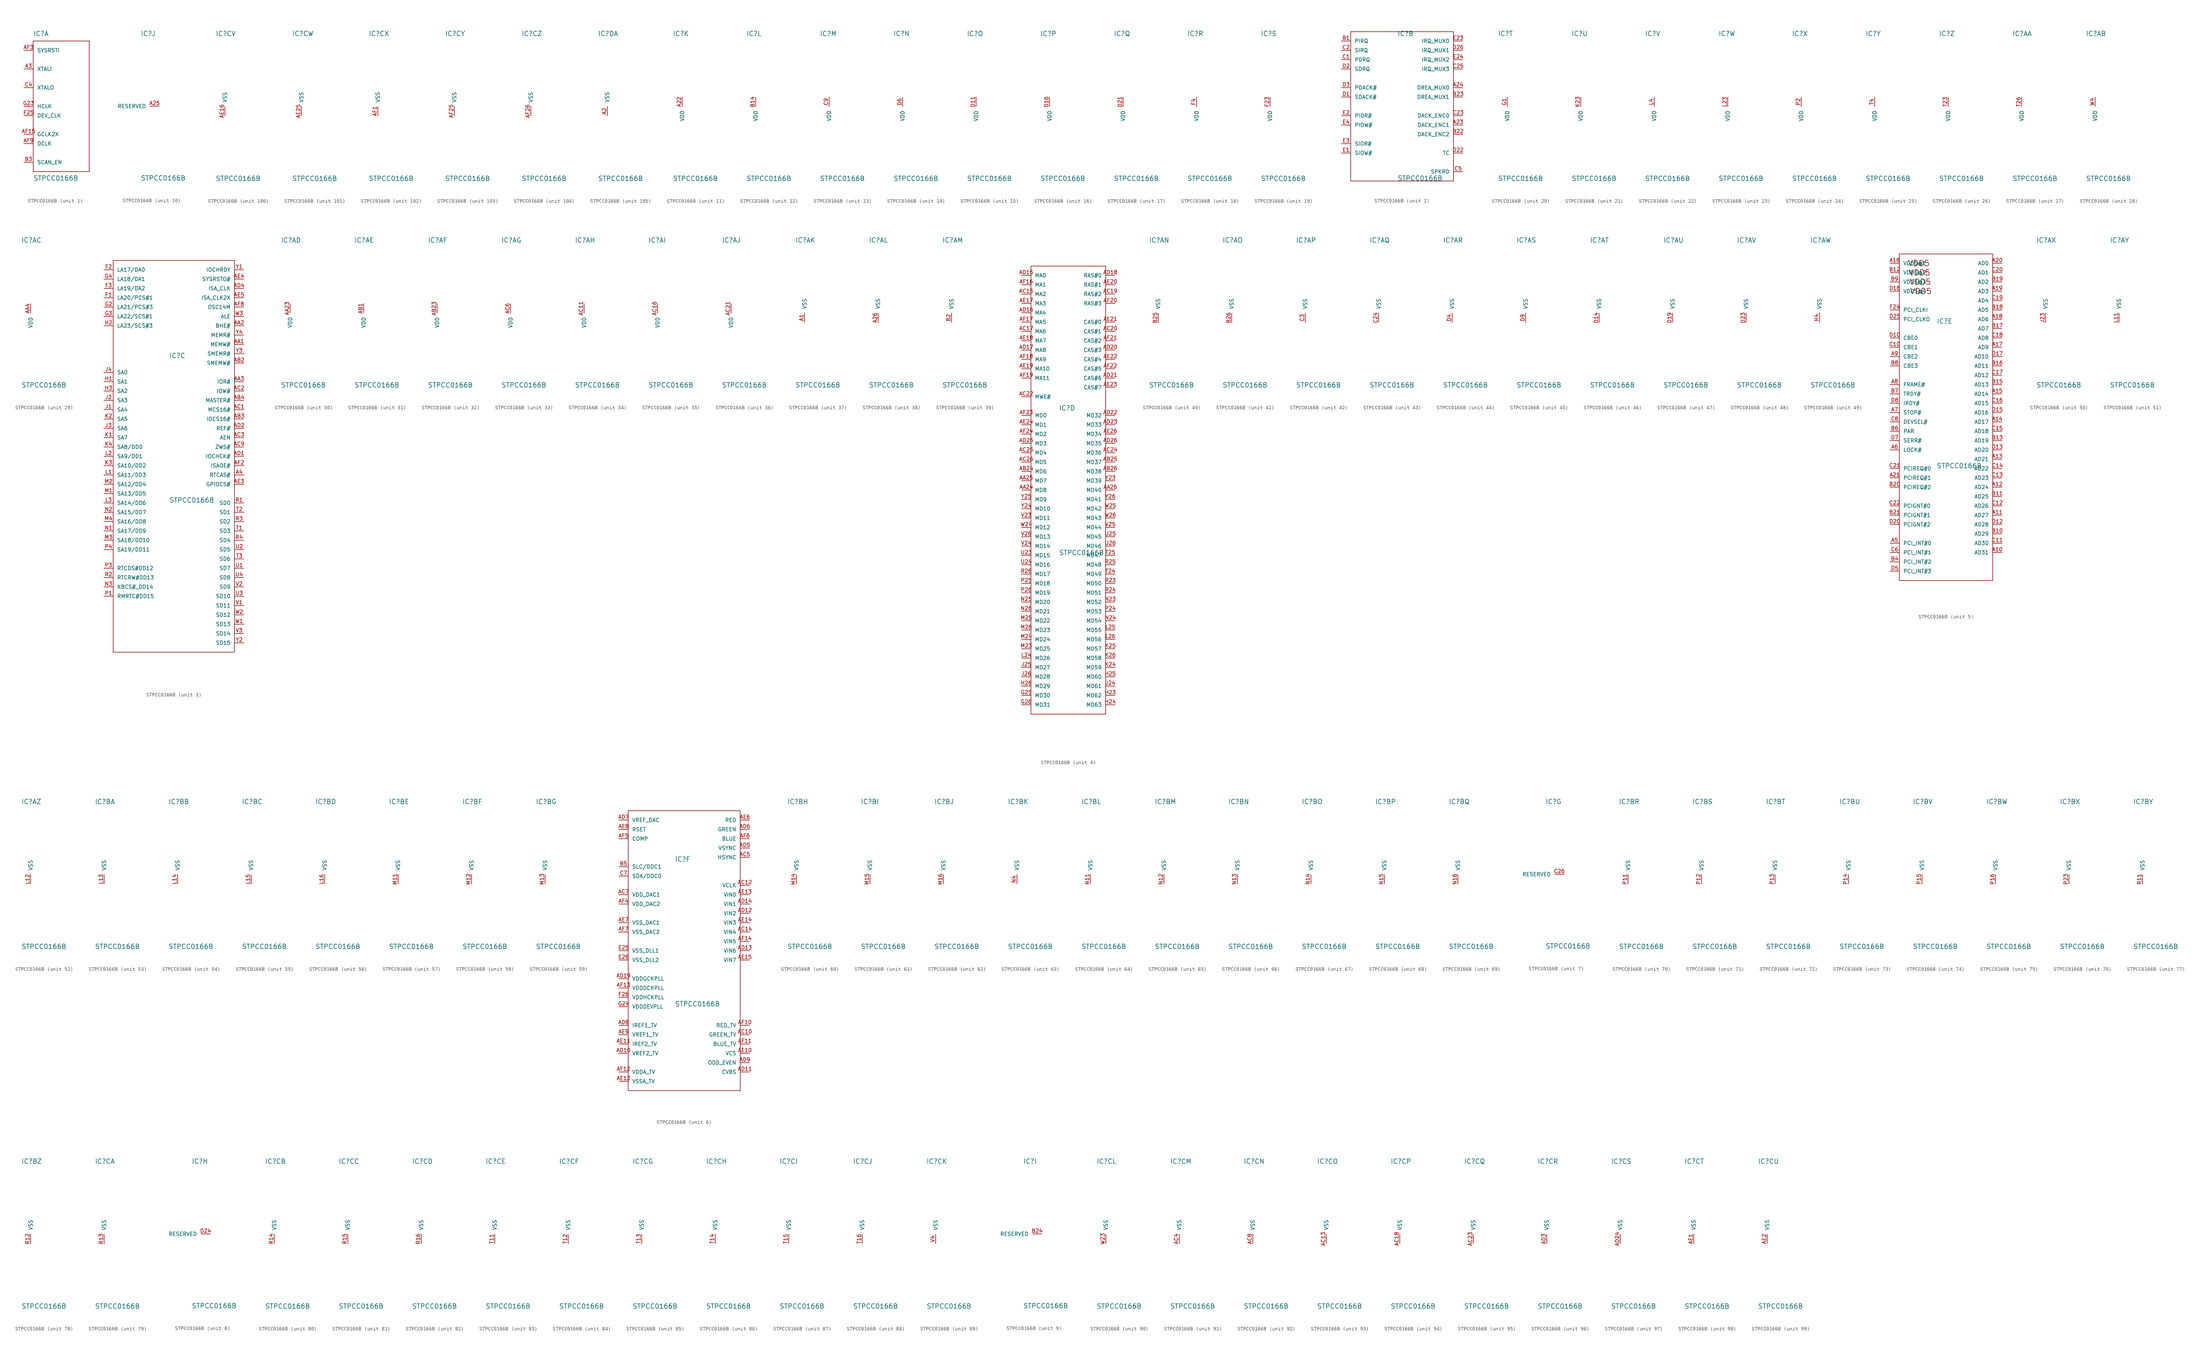
<source format=kicad_sym>
(kicad_symbol_lib
  (version 20211014)
  (generator kicad_symbol_editor)
  (symbol "STPCC0166B"
    (pin_names
      (offset 1.016))
    (property "Reference" "IC"
      (at -2.54 19.05 0)
      (effects (font (size 1.27 1.27)) (justify left bottom)))
    (property "Value" "STPCC0166B"
      (at -2.54 -20.32 0)
      (effects (font (size 1.27 1.27)) (justify left bottom)))
    (property "ki_locked" ""
      (at 0 0 0)
      (effects (font (size 1.27 1.27))))
    (symbol "STPCC0166B_1_0"
      (polyline (pts (xy -2.54 -17.78) (xy 12.7 -17.78)) (stroke (width 0) (type default) (color 0 0 0 0)) (fill (type none)))
      (polyline (pts (xy -2.54 17.78) (xy -2.54 -17.78)) (stroke (width 0) (type default) (color 0 0 0 0)) (fill (type none)))
      (polyline (pts (xy 12.7 -17.78) (xy 12.7 17.78)) (stroke (width 0) (type default) (color 0 0 0 0)) (fill (type none)))
      (polyline (pts (xy 12.7 17.78) (xy -2.54 17.78)) (stroke (width 0) (type default) (color 0 0 0 0)) (fill (type none))))
    (symbol "STPCC0166B_1_1"
      (pin input line (at -5.08 10.16 0) (length 2.54) (name "XTALI" (effects (font (size 1.016 1.016)))) (number "A3" (effects (font (size 1.016 1.016)))))
      (pin bidirectional line (at -5.08 -7.62 0) (length 2.54) (name "GCLK2X" (effects (font (size 1.016 1.016)))) (number "AF15" (effects (font (size 1.016 1.016)))))
      (pin input line (at -5.08 15.24 0) (length 2.54) (name "SYSRSTI" (effects (font (size 1.016 1.016)))) (number "AF3" (effects (font (size 1.016 1.016)))))
      (pin bidirectional line (at -5.08 -10.16 0) (length 2.54) (name "DCLK" (effects (font (size 1.016 1.016)))) (number "AF9" (effects (font (size 1.016 1.016)))))
      (pin input line (at -5.08 -15.24 0) (length 2.54) (name "SCAN_EN" (effects (font (size 1.016 1.016)))) (number "B3" (effects (font (size 1.016 1.016)))))
      (pin bidirectional line (at -5.08 5.08 0) (length 2.54) (name "XTALO" (effects (font (size 1.016 1.016)))) (number "C4" (effects (font (size 1.016 1.016)))))
      (pin output line (at -5.08 -2.54 0) (length 2.54) (name "DEV_CLK" (effects (font (size 1.016 1.016)))) (number "F25" (effects (font (size 1.016 1.016)))))
      (pin output line (at -5.08 0 0) (length 2.54) (name "HCLK" (effects (font (size 1.016 1.016)))) (number "G23" (effects (font (size 1.016 1.016))))))
    (symbol "STPCC0166B_2_0"
      (polyline (pts (xy -15.24 -20.32) (xy 12.7 -20.32)) (stroke (width 0) (type default) (color 0 0 0 0)) (fill (type none)))
      (polyline (pts (xy -15.24 20.32) (xy -15.24 -20.32)) (stroke (width 0) (type default) (color 0 0 0 0)) (fill (type none)))
      (polyline (pts (xy 12.7 -20.32) (xy 12.7 20.32)) (stroke (width 0) (type default) (color 0 0 0 0)) (fill (type none)))
      (polyline (pts (xy 12.7 20.32) (xy -15.24 20.32)) (stroke (width 0) (type default) (color 0 0 0 0)) (fill (type none))))
    (symbol "STPCC0166B_2_1"
      (pin output line (at 15.24 -5.08 180) (length 2.54) (name "DACK_ENC1" (effects (font (size 1.016 1.016)))) (number "A23" (effects (font (size 1.016 1.016)))))
      (pin input line (at 15.24 5.08 180) (length 2.54) (name "DREA_MUX0" (effects (font (size 1.016 1.016)))) (number "A24" (effects (font (size 1.016 1.016)))))
      (pin input line (at -17.78 17.78 0) (length 2.54) (name "PIRQ" (effects (font (size 1.016 1.016)))) (number "B1" (effects (font (size 1.016 1.016)))))
      (pin output line (at 15.24 -7.62 180) (length 2.54) (name "DACK_ENC2" (effects (font (size 1.016 1.016)))) (number "B22" (effects (font (size 1.016 1.016)))))
      (pin input line (at 15.24 2.54 180) (length 2.54) (name "DREA_MUX1" (effects (font (size 1.016 1.016)))) (number "B23" (effects (font (size 1.016 1.016)))))
      (pin input line (at -17.78 12.7 0) (length 2.54) (name "PDRQ" (effects (font (size 1.016 1.016)))) (number "C1" (effects (font (size 1.016 1.016)))))
      (pin input line (at -17.78 15.24 0) (length 2.54) (name "SIRQ" (effects (font (size 1.016 1.016)))) (number "C2" (effects (font (size 1.016 1.016)))))
      (pin output line (at 15.24 -2.54 180) (length 2.54) (name "DACK_ENC0" (effects (font (size 1.016 1.016)))) (number "C23" (effects (font (size 1.016 1.016)))))
      (pin input line (at 15.24 10.16 180) (length 2.54) (name "IRQ_MUX3" (effects (font (size 1.016 1.016)))) (number "C25" (effects (font (size 1.016 1.016)))))
      (pin output line (at 15.24 -17.78 180) (length 2.54) (name "SPKRD" (effects (font (size 1.016 1.016)))) (number "C5" (effects (font (size 1.016 1.016)))))
      (pin output line (at -17.78 2.54 0) (length 2.54) (name "SDACK#" (effects (font (size 1.016 1.016)))) (number "D1" (effects (font (size 1.016 1.016)))))
      (pin input line (at -17.78 10.16 0) (length 2.54) (name "SDRQ" (effects (font (size 1.016 1.016)))) (number "D2" (effects (font (size 1.016 1.016)))))
      (pin output line (at 15.24 -12.7 180) (length 2.54) (name "TC" (effects (font (size 1.016 1.016)))) (number "D22" (effects (font (size 1.016 1.016)))))
      (pin input line (at 15.24 15.24 180) (length 2.54) (name "IRQ_MUX1" (effects (font (size 1.016 1.016)))) (number "D26" (effects (font (size 1.016 1.016)))))
      (pin output line (at -17.78 5.08 0) (length 2.54) (name "PDACK#" (effects (font (size 1.016 1.016)))) (number "D3" (effects (font (size 1.016 1.016)))))
      (pin output line (at -17.78 -12.7 0) (length 2.54) (name "SIOW#" (effects (font (size 1.016 1.016)))) (number "E1" (effects (font (size 1.016 1.016)))))
      (pin bidirectional line (at -17.78 -2.54 0) (length 2.54) (name "PIOR#" (effects (font (size 1.016 1.016)))) (number "E2" (effects (font (size 1.016 1.016)))))
      (pin input line (at 15.24 17.78 180) (length 2.54) (name "IRQ_MUX0" (effects (font (size 1.016 1.016)))) (number "E23" (effects (font (size 1.016 1.016)))))
      (pin input line (at 15.24 12.7 180) (length 2.54) (name "IRQ_MUX2" (effects (font (size 1.016 1.016)))) (number "E24" (effects (font (size 1.016 1.016)))))
      (pin bidirectional line (at -17.78 -10.16 0) (length 2.54) (name "SIOR#" (effects (font (size 1.016 1.016)))) (number "E3" (effects (font (size 1.016 1.016)))))
      (pin output line (at -17.78 -5.08 0) (length 2.54) (name "PIOW#" (effects (font (size 1.016 1.016)))) (number "E4" (effects (font (size 1.016 1.016))))))
    (symbol "STPCC0166B_3_0"
      (polyline (pts (xy -17.78 -60.96) (xy 15.24 -60.96)) (stroke (width 0) (type default) (color 0 0 0 0)) (fill (type none)))
      (polyline (pts (xy -17.78 45.72) (xy -17.78 -60.96)) (stroke (width 0) (type default) (color 0 0 0 0)) (fill (type none)))
      (polyline (pts (xy 15.24 -60.96) (xy 15.24 45.72)) (stroke (width 0) (type default) (color 0 0 0 0)) (fill (type none)))
      (polyline (pts (xy 15.24 45.72) (xy -17.78 45.72)) (stroke (width 0) (type default) (color 0 0 0 0)) (fill (type none))))
    (symbol "STPCC0166B_3_1"
      (pin output line (at 17.78 -12.7 180) (length 2.54) (name "RTCAS#" (effects (font (size 1.016 1.016)))) (number "A4" (effects (font (size 1.016 1.016)))))
      (pin bidirectional line (at 17.78 22.86 180) (length 2.54) (name "MEMW#" (effects (font (size 1.016 1.016)))) (number "AA1" (effects (font (size 1.016 1.016)))))
      (pin bidirectional line (at 17.78 27.94 180) (length 2.54) (name "BHE#" (effects (font (size 1.016 1.016)))) (number "AA2" (effects (font (size 1.016 1.016)))))
      (pin bidirectional line (at 17.78 12.7 180) (length 2.54) (name "IOR#" (effects (font (size 1.016 1.016)))) (number "AA3" (effects (font (size 1.016 1.016)))))
      (pin output line (at 17.78 17.78 180) (length 2.54) (name "SMEMW#" (effects (font (size 1.016 1.016)))) (number "AB2" (effects (font (size 1.016 1.016)))))
      (pin input line (at 17.78 2.54 180) (length 2.54) (name "IOCS16#" (effects (font (size 1.016 1.016)))) (number "AB3" (effects (font (size 1.016 1.016)))))
      (pin input line (at 17.78 7.62 180) (length 2.54) (name "MASTER#" (effects (font (size 1.016 1.016)))) (number "AB4" (effects (font (size 1.016 1.016)))))
      (pin input line (at 17.78 5.08 180) (length 2.54) (name "MCS16#" (effects (font (size 1.016 1.016)))) (number "AC1" (effects (font (size 1.016 1.016)))))
      (pin bidirectional line (at 17.78 10.16 180) (length 2.54) (name "IOW#" (effects (font (size 1.016 1.016)))) (number "AC2" (effects (font (size 1.016 1.016)))))
      (pin output line (at 17.78 -2.54 180) (length 2.54) (name "AEN" (effects (font (size 1.016 1.016)))) (number "AC3" (effects (font (size 1.016 1.016)))))
      (pin input line (at 17.78 -5.08 180) (length 2.54) (name "ZWS#" (effects (font (size 1.016 1.016)))) (number "AC9" (effects (font (size 1.016 1.016)))))
      (pin input line (at 17.78 -7.62 180) (length 2.54) (name "IOCHCK#" (effects (font (size 1.016 1.016)))) (number "AD1" (effects (font (size 1.016 1.016)))))
      (pin output line (at 17.78 0 180) (length 2.54) (name "REF#" (effects (font (size 1.016 1.016)))) (number "AD2" (effects (font (size 1.016 1.016)))))
      (pin output line (at 17.78 38.1 180) (length 2.54) (name "ISA_CLK" (effects (font (size 1.016 1.016)))) (number "AD4" (effects (font (size 1.016 1.016)))))
      (pin bidirectional line (at 17.78 -15.24 180) (length 2.54) (name "GPIOCS#" (effects (font (size 1.016 1.016)))) (number "AE3" (effects (font (size 1.016 1.016)))))
      (pin output line (at 17.78 40.64 180) (length 2.54) (name "SYSRSTO#" (effects (font (size 1.016 1.016)))) (number "AE4" (effects (font (size 1.016 1.016)))))
      (pin output line (at 17.78 35.56 180) (length 2.54) (name "ISA_CLK2X" (effects (font (size 1.016 1.016)))) (number "AE5" (effects (font (size 1.016 1.016)))))
      (pin output line (at 17.78 -10.16 180) (length 2.54) (name "ISAOE#" (effects (font (size 1.016 1.016)))) (number "AF2" (effects (font (size 1.016 1.016)))))
      (pin output line (at 17.78 33.02 180) (length 2.54) (name "OSC14M" (effects (font (size 1.016 1.016)))) (number "AF8" (effects (font (size 1.016 1.016)))))
      (pin bidirectional line (at -20.32 35.56 0) (length 2.54) (name "LA20/PCS#1" (effects (font (size 1.016 1.016)))) (number "F1" (effects (font (size 1.016 1.016)))))
      (pin output line (at -20.32 43.18 0) (length 2.54) (name "LA17/DA0" (effects (font (size 1.016 1.016)))) (number "F2" (effects (font (size 1.016 1.016)))))
      (pin output line (at -20.32 38.1 0) (length 2.54) (name "LA19/DA2" (effects (font (size 1.016 1.016)))) (number "F3" (effects (font (size 1.016 1.016)))))
      (pin bidirectional line (at -20.32 33.02 0) (length 2.54) (name "LA21/PCS#3" (effects (font (size 1.016 1.016)))) (number "G2" (effects (font (size 1.016 1.016)))))
      (pin bidirectional line (at -20.32 30.48 0) (length 2.54) (name "LA22/SCS#1" (effects (font (size 1.016 1.016)))) (number "G3" (effects (font (size 1.016 1.016)))))
      (pin output line (at -20.32 40.64 0) (length 2.54) (name "LA18/DA1" (effects (font (size 1.016 1.016)))) (number "G4" (effects (font (size 1.016 1.016)))))
      (pin bidirectional line (at -20.32 12.7 0) (length 2.54) (name "SA1" (effects (font (size 1.016 1.016)))) (number "H1" (effects (font (size 1.016 1.016)))))
      (pin bidirectional line (at -20.32 27.94 0) (length 2.54) (name "LA23/SCS#3" (effects (font (size 1.016 1.016)))) (number "H2" (effects (font (size 1.016 1.016)))))
      (pin bidirectional line (at -20.32 10.16 0) (length 2.54) (name "SA2" (effects (font (size 1.016 1.016)))) (number "H3" (effects (font (size 1.016 1.016)))))
      (pin bidirectional line (at -20.32 5.08 0) (length 2.54) (name "SA4" (effects (font (size 1.016 1.016)))) (number "J1" (effects (font (size 1.016 1.016)))))
      (pin bidirectional line (at -20.32 7.62 0) (length 2.54) (name "SA3" (effects (font (size 1.016 1.016)))) (number "J2" (effects (font (size 1.016 1.016)))))
      (pin bidirectional line (at -20.32 0 0) (length 2.54) (name "SA6" (effects (font (size 1.016 1.016)))) (number "J3" (effects (font (size 1.016 1.016)))))
      (pin bidirectional line (at -20.32 15.24 0) (length 2.54) (name "SA0" (effects (font (size 1.016 1.016)))) (number "J4" (effects (font (size 1.016 1.016)))))
      (pin bidirectional line (at -20.32 -2.54 0) (length 2.54) (name "SA7" (effects (font (size 1.016 1.016)))) (number "K1" (effects (font (size 1.016 1.016)))))
      (pin bidirectional line (at -20.32 2.54 0) (length 2.54) (name "SA5" (effects (font (size 1.016 1.016)))) (number "K2" (effects (font (size 1.016 1.016)))))
      (pin bidirectional line (at -20.32 -10.16 0) (length 2.54) (name "SA10/DD2" (effects (font (size 1.016 1.016)))) (number "K3" (effects (font (size 1.016 1.016)))))
      (pin bidirectional line (at -20.32 -5.08 0) (length 2.54) (name "SA8/DD0" (effects (font (size 1.016 1.016)))) (number "K4" (effects (font (size 1.016 1.016)))))
      (pin bidirectional line (at -20.32 -12.7 0) (length 2.54) (name "SA11/DD3" (effects (font (size 1.016 1.016)))) (number "L1" (effects (font (size 1.016 1.016)))))
      (pin bidirectional line (at -20.32 -7.62 0) (length 2.54) (name "SA9/DD1" (effects (font (size 1.016 1.016)))) (number "L2" (effects (font (size 1.016 1.016)))))
      (pin bidirectional line (at -20.32 -20.32 0) (length 2.54) (name "SA14/DD6" (effects (font (size 1.016 1.016)))) (number "L3" (effects (font (size 1.016 1.016)))))
      (pin bidirectional line (at -20.32 -17.78 0) (length 2.54) (name "SA13/DD5" (effects (font (size 1.016 1.016)))) (number "M1" (effects (font (size 1.016 1.016)))))
      (pin bidirectional line (at -20.32 -15.24 0) (length 2.54) (name "SA12/DD4" (effects (font (size 1.016 1.016)))) (number "M2" (effects (font (size 1.016 1.016)))))
      (pin bidirectional line (at -20.32 -30.48 0) (length 2.54) (name "SA18/DD10" (effects (font (size 1.016 1.016)))) (number "M3" (effects (font (size 1.016 1.016)))))
      (pin bidirectional line (at -20.32 -25.4 0) (length 2.54) (name "SA16/DD8" (effects (font (size 1.016 1.016)))) (number "M4" (effects (font (size 1.016 1.016)))))
      (pin bidirectional line (at -20.32 -27.94 0) (length 2.54) (name "SA17/DD9" (effects (font (size 1.016 1.016)))) (number "N1" (effects (font (size 1.016 1.016)))))
      (pin bidirectional line (at -20.32 -22.86 0) (length 2.54) (name "SA15/DD7" (effects (font (size 1.016 1.016)))) (number "N2" (effects (font (size 1.016 1.016)))))
      (pin bidirectional line (at -20.32 -43.18 0) (length 2.54) (name "KBCS#_DD14" (effects (font (size 1.016 1.016)))) (number "N3" (effects (font (size 1.016 1.016)))))
      (pin bidirectional line (at -20.32 -45.72 0) (length 2.54) (name "RMRTC#DD15" (effects (font (size 1.016 1.016)))) (number "P1" (effects (font (size 1.016 1.016)))))
      (pin bidirectional line (at -20.32 -38.1 0) (length 2.54) (name "RTCDS#DD12" (effects (font (size 1.016 1.016)))) (number "P3" (effects (font (size 1.016 1.016)))))
      (pin bidirectional line (at -20.32 -33.02 0) (length 2.54) (name "SA19/DD11" (effects (font (size 1.016 1.016)))) (number "P4" (effects (font (size 1.016 1.016)))))
      (pin bidirectional line (at 17.78 -20.32 180) (length 2.54) (name "SD0" (effects (font (size 1.016 1.016)))) (number "R1" (effects (font (size 1.016 1.016)))))
      (pin bidirectional line (at -20.32 -40.64 0) (length 2.54) (name "RTCRW#DD13" (effects (font (size 1.016 1.016)))) (number "R2" (effects (font (size 1.016 1.016)))))
      (pin bidirectional line (at 17.78 -25.4 180) (length 2.54) (name "SD2" (effects (font (size 1.016 1.016)))) (number "R3" (effects (font (size 1.016 1.016)))))
      (pin bidirectional line (at 17.78 -30.48 180) (length 2.54) (name "SD4" (effects (font (size 1.016 1.016)))) (number "R4" (effects (font (size 1.016 1.016)))))
      (pin bidirectional line (at 17.78 -27.94 180) (length 2.54) (name "SD3" (effects (font (size 1.016 1.016)))) (number "T1" (effects (font (size 1.016 1.016)))))
      (pin bidirectional line (at 17.78 -22.86 180) (length 2.54) (name "SD1" (effects (font (size 1.016 1.016)))) (number "T2" (effects (font (size 1.016 1.016)))))
      (pin bidirectional line (at 17.78 -35.56 180) (length 2.54) (name "SD6" (effects (font (size 1.016 1.016)))) (number "T3" (effects (font (size 1.016 1.016)))))
      (pin bidirectional line (at 17.78 -38.1 180) (length 2.54) (name "SD7" (effects (font (size 1.016 1.016)))) (number "U1" (effects (font (size 1.016 1.016)))))
      (pin bidirectional line (at 17.78 -33.02 180) (length 2.54) (name "SD5" (effects (font (size 1.016 1.016)))) (number "U2" (effects (font (size 1.016 1.016)))))
      (pin bidirectional line (at 17.78 -45.72 180) (length 2.54) (name "SD10" (effects (font (size 1.016 1.016)))) (number "U3" (effects (font (size 1.016 1.016)))))
      (pin bidirectional line (at 17.78 -40.64 180) (length 2.54) (name "SD8" (effects (font (size 1.016 1.016)))) (number "U4" (effects (font (size 1.016 1.016)))))
      (pin bidirectional line (at 17.78 -48.26 180) (length 2.54) (name "SD11" (effects (font (size 1.016 1.016)))) (number "V1" (effects (font (size 1.016 1.016)))))
      (pin bidirectional line (at 17.78 -43.18 180) (length 2.54) (name "SD9" (effects (font (size 1.016 1.016)))) (number "V2" (effects (font (size 1.016 1.016)))))
      (pin bidirectional line (at 17.78 -55.88 180) (length 2.54) (name "SD14" (effects (font (size 1.016 1.016)))) (number "V3" (effects (font (size 1.016 1.016)))))
      (pin bidirectional line (at 17.78 -53.34 180) (length 2.54) (name "SD13" (effects (font (size 1.016 1.016)))) (number "W1" (effects (font (size 1.016 1.016)))))
      (pin bidirectional line (at 17.78 -50.8 180) (length 2.54) (name "SD12" (effects (font (size 1.016 1.016)))) (number "W2" (effects (font (size 1.016 1.016)))))
      (pin output line (at 17.78 30.48 180) (length 2.54) (name "ALE" (effects (font (size 1.016 1.016)))) (number "W3" (effects (font (size 1.016 1.016)))))
      (pin bidirectional line (at 17.78 43.18 180) (length 2.54) (name "IOCHRDY" (effects (font (size 1.016 1.016)))) (number "Y1" (effects (font (size 1.016 1.016)))))
      (pin bidirectional line (at 17.78 -58.42 180) (length 2.54) (name "SD15" (effects (font (size 1.016 1.016)))) (number "Y2" (effects (font (size 1.016 1.016)))))
      (pin output line (at 17.78 20.32 180) (length 2.54) (name "SMEMR#" (effects (font (size 1.016 1.016)))) (number "Y3" (effects (font (size 1.016 1.016)))))
      (pin bidirectional line (at 17.78 25.4 180) (length 2.54) (name "MEMR#" (effects (font (size 1.016 1.016)))) (number "Y4" (effects (font (size 1.016 1.016))))))
    (symbol "STPCC0166B_4_0"
      (polyline (pts (xy -10.16 -63.5) (xy 10.16 -63.5)) (stroke (width 0) (type default) (color 0 0 0 0)) (fill (type none)))
      (polyline (pts (xy -10.16 58.42) (xy -10.16 -63.5)) (stroke (width 0) (type default) (color 0 0 0 0)) (fill (type none)))
      (polyline (pts (xy 10.16 -63.5) (xy 10.16 58.42)) (stroke (width 0) (type default) (color 0 0 0 0)) (fill (type none)))
      (polyline (pts (xy 10.16 58.42) (xy -10.16 58.42)) (stroke (width 0) (type default) (color 0 0 0 0)) (fill (type none))))
    (symbol "STPCC0166B_4_1"
      (pin bidirectional line (at -12.7 -2.54 0) (length 2.54) (name "MD8" (effects (font (size 1.016 1.016)))) (number "AA24" (effects (font (size 1.016 1.016)))))
      (pin bidirectional line (at -12.7 0 0) (length 2.54) (name "MD7" (effects (font (size 1.016 1.016)))) (number "AA25" (effects (font (size 1.016 1.016)))))
      (pin bidirectional line (at 12.7 -2.54 180) (length 2.54) (name "MD40" (effects (font (size 1.016 1.016)))) (number "AA26" (effects (font (size 1.016 1.016)))))
      (pin bidirectional line (at -12.7 2.54 0) (length 2.54) (name "MD6" (effects (font (size 1.016 1.016)))) (number "AB24" (effects (font (size 1.016 1.016)))))
      (pin bidirectional line (at 12.7 5.08 180) (length 2.54) (name "MD37" (effects (font (size 1.016 1.016)))) (number "AB25" (effects (font (size 1.016 1.016)))))
      (pin bidirectional line (at 12.7 2.54 180) (length 2.54) (name "MD38" (effects (font (size 1.016 1.016)))) (number "AB26" (effects (font (size 1.016 1.016)))))
      (pin bidirectional line (at -12.7 50.8 0) (length 2.54) (name "MA2" (effects (font (size 1.016 1.016)))) (number "AC15" (effects (font (size 1.016 1.016)))))
      (pin bidirectional line (at -12.7 40.64 0) (length 2.54) (name "MA6" (effects (font (size 1.016 1.016)))) (number "AC17" (effects (font (size 1.016 1.016)))))
      (pin output line (at 12.7 50.8 180) (length 2.54) (name "RAS#2" (effects (font (size 1.016 1.016)))) (number "AC19" (effects (font (size 1.016 1.016)))))
      (pin output line (at 12.7 40.64 180) (length 2.54) (name "CAS#1" (effects (font (size 1.016 1.016)))) (number "AC20" (effects (font (size 1.016 1.016)))))
      (pin bidirectional line (at -12.7 22.86 0) (length 2.54) (name "MWE#" (effects (font (size 1.016 1.016)))) (number "AC22" (effects (font (size 1.016 1.016)))))
      (pin bidirectional line (at 12.7 7.62 180) (length 2.54) (name "MD36" (effects (font (size 1.016 1.016)))) (number "AC24" (effects (font (size 1.016 1.016)))))
      (pin bidirectional line (at -12.7 7.62 0) (length 2.54) (name "MD4" (effects (font (size 1.016 1.016)))) (number "AC25" (effects (font (size 1.016 1.016)))))
      (pin bidirectional line (at -12.7 5.08 0) (length 2.54) (name "MD5" (effects (font (size 1.016 1.016)))) (number "AC26" (effects (font (size 1.016 1.016)))))
      (pin bidirectional line (at -12.7 55.88 0) (length 2.54) (name "MA0" (effects (font (size 1.016 1.016)))) (number "AD15" (effects (font (size 1.016 1.016)))))
      (pin bidirectional line (at -12.7 45.72 0) (length 2.54) (name "MA4" (effects (font (size 1.016 1.016)))) (number "AD16" (effects (font (size 1.016 1.016)))))
      (pin bidirectional line (at -12.7 35.56 0) (length 2.54) (name "MA8" (effects (font (size 1.016 1.016)))) (number "AD17" (effects (font (size 1.016 1.016)))))
      (pin output line (at 12.7 55.88 180) (length 2.54) (name "RAS#0" (effects (font (size 1.016 1.016)))) (number "AD18" (effects (font (size 1.016 1.016)))))
      (pin output line (at 12.7 35.56 180) (length 2.54) (name "CAS#3" (effects (font (size 1.016 1.016)))) (number "AD20" (effects (font (size 1.016 1.016)))))
      (pin output line (at 12.7 27.94 180) (length 2.54) (name "CAS#6" (effects (font (size 1.016 1.016)))) (number "AD21" (effects (font (size 1.016 1.016)))))
      (pin bidirectional line (at 12.7 17.78 180) (length 2.54) (name "MD32" (effects (font (size 1.016 1.016)))) (number "AD22" (effects (font (size 1.016 1.016)))))
      (pin bidirectional line (at 12.7 15.24 180) (length 2.54) (name "MD33" (effects (font (size 1.016 1.016)))) (number "AD23" (effects (font (size 1.016 1.016)))))
      (pin bidirectional line (at -12.7 10.16 0) (length 2.54) (name "MD3" (effects (font (size 1.016 1.016)))) (number "AD25" (effects (font (size 1.016 1.016)))))
      (pin bidirectional line (at 12.7 10.16 180) (length 2.54) (name "MD35" (effects (font (size 1.016 1.016)))) (number "AD26" (effects (font (size 1.016 1.016)))))
      (pin bidirectional line (at -12.7 48.26 0) (length 2.54) (name "MA3" (effects (font (size 1.016 1.016)))) (number "AE17" (effects (font (size 1.016 1.016)))))
      (pin bidirectional line (at -12.7 38.1 0) (length 2.54) (name "MA7" (effects (font (size 1.016 1.016)))) (number "AE18" (effects (font (size 1.016 1.016)))))
      (pin bidirectional line (at -12.7 30.48 0) (length 2.54) (name "MA10" (effects (font (size 1.016 1.016)))) (number "AE19" (effects (font (size 1.016 1.016)))))
      (pin output line (at 12.7 53.34 180) (length 2.54) (name "RAS#1" (effects (font (size 1.016 1.016)))) (number "AE20" (effects (font (size 1.016 1.016)))))
      (pin output line (at 12.7 43.18 180) (length 2.54) (name "CAS#0" (effects (font (size 1.016 1.016)))) (number "AE21" (effects (font (size 1.016 1.016)))))
      (pin output line (at 12.7 33.02 180) (length 2.54) (name "CAS#4" (effects (font (size 1.016 1.016)))) (number "AE22" (effects (font (size 1.016 1.016)))))
      (pin output line (at 12.7 25.4 180) (length 2.54) (name "CAS#7" (effects (font (size 1.016 1.016)))) (number "AE23" (effects (font (size 1.016 1.016)))))
      (pin bidirectional line (at -12.7 15.24 0) (length 2.54) (name "MD1" (effects (font (size 1.016 1.016)))) (number "AE24" (effects (font (size 1.016 1.016)))))
      (pin bidirectional line (at 12.7 12.7 180) (length 2.54) (name "MD34" (effects (font (size 1.016 1.016)))) (number "AE26" (effects (font (size 1.016 1.016)))))
      (pin bidirectional line (at -12.7 53.34 0) (length 2.54) (name "MA1" (effects (font (size 1.016 1.016)))) (number "AF16" (effects (font (size 1.016 1.016)))))
      (pin bidirectional line (at -12.7 43.18 0) (length 2.54) (name "MA5" (effects (font (size 1.016 1.016)))) (number "AF17" (effects (font (size 1.016 1.016)))))
      (pin bidirectional line (at -12.7 33.02 0) (length 2.54) (name "MA9" (effects (font (size 1.016 1.016)))) (number "AF18" (effects (font (size 1.016 1.016)))))
      (pin bidirectional line (at -12.7 27.94 0) (length 2.54) (name "MA11" (effects (font (size 1.016 1.016)))) (number "AF19" (effects (font (size 1.016 1.016)))))
      (pin output line (at 12.7 48.26 180) (length 2.54) (name "RAS#3" (effects (font (size 1.016 1.016)))) (number "AF20" (effects (font (size 1.016 1.016)))))
      (pin output line (at 12.7 38.1 180) (length 2.54) (name "CAS#2" (effects (font (size 1.016 1.016)))) (number "AF21" (effects (font (size 1.016 1.016)))))
      (pin output line (at 12.7 30.48 180) (length 2.54) (name "CAS#5" (effects (font (size 1.016 1.016)))) (number "AF22" (effects (font (size 1.016 1.016)))))
      (pin bidirectional line (at -12.7 17.78 0) (length 2.54) (name "MD0" (effects (font (size 1.016 1.016)))) (number "AF23" (effects (font (size 1.016 1.016)))))
      (pin bidirectional line (at -12.7 12.7 0) (length 2.54) (name "MD2" (effects (font (size 1.016 1.016)))) (number "AF24" (effects (font (size 1.016 1.016)))))
      (pin bidirectional line (at -12.7 -58.42 0) (length 2.54) (name "MD30" (effects (font (size 1.016 1.016)))) (number "G25" (effects (font (size 1.016 1.016)))))
      (pin bidirectional line (at -12.7 -60.96 0) (length 2.54) (name "MD31" (effects (font (size 1.016 1.016)))) (number "G26" (effects (font (size 1.016 1.016)))))
      (pin bidirectional line (at 12.7 -58.42 180) (length 2.54) (name "MD62" (effects (font (size 1.016 1.016)))) (number "H23" (effects (font (size 1.016 1.016)))))
      (pin bidirectional line (at 12.7 -60.96 180) (length 2.54) (name "MD63" (effects (font (size 1.016 1.016)))) (number "H24" (effects (font (size 1.016 1.016)))))
      (pin bidirectional line (at 12.7 -53.34 180) (length 2.54) (name "MD60" (effects (font (size 1.016 1.016)))) (number "H25" (effects (font (size 1.016 1.016)))))
      (pin bidirectional line (at -12.7 -55.88 0) (length 2.54) (name "MD29" (effects (font (size 1.016 1.016)))) (number "H26" (effects (font (size 1.016 1.016)))))
      (pin bidirectional line (at 12.7 -55.88 180) (length 2.54) (name "MD61" (effects (font (size 1.016 1.016)))) (number "J24" (effects (font (size 1.016 1.016)))))
      (pin bidirectional line (at -12.7 -50.8 0) (length 2.54) (name "MD27" (effects (font (size 1.016 1.016)))) (number "J25" (effects (font (size 1.016 1.016)))))
      (pin bidirectional line (at -12.7 -53.34 0) (length 2.54) (name "MD28" (effects (font (size 1.016 1.016)))) (number "J26" (effects (font (size 1.016 1.016)))))
      (pin bidirectional line (at 12.7 -50.8 180) (length 2.54) (name "MD59" (effects (font (size 1.016 1.016)))) (number "K24" (effects (font (size 1.016 1.016)))))
      (pin bidirectional line (at 12.7 -45.72 180) (length 2.54) (name "MD57" (effects (font (size 1.016 1.016)))) (number "K25" (effects (font (size 1.016 1.016)))))
      (pin bidirectional line (at 12.7 -48.26 180) (length 2.54) (name "MD58" (effects (font (size 1.016 1.016)))) (number "K26" (effects (font (size 1.016 1.016)))))
      (pin bidirectional line (at -12.7 -48.26 0) (length 2.54) (name "MD26" (effects (font (size 1.016 1.016)))) (number "L24" (effects (font (size 1.016 1.016)))))
      (pin bidirectional line (at 12.7 -40.64 180) (length 2.54) (name "MD55" (effects (font (size 1.016 1.016)))) (number "L25" (effects (font (size 1.016 1.016)))))
      (pin bidirectional line (at 12.7 -43.18 180) (length 2.54) (name "MD56" (effects (font (size 1.016 1.016)))) (number "L26" (effects (font (size 1.016 1.016)))))
      (pin bidirectional line (at -12.7 -45.72 0) (length 2.54) (name "MD25" (effects (font (size 1.016 1.016)))) (number "M23" (effects (font (size 1.016 1.016)))))
      (pin bidirectional line (at -12.7 -43.18 0) (length 2.54) (name "MD24" (effects (font (size 1.016 1.016)))) (number "M24" (effects (font (size 1.016 1.016)))))
      (pin bidirectional line (at -12.7 -38.1 0) (length 2.54) (name "MD22" (effects (font (size 1.016 1.016)))) (number "M25" (effects (font (size 1.016 1.016)))))
      (pin bidirectional line (at -12.7 -40.64 0) (length 2.54) (name "MD23" (effects (font (size 1.016 1.016)))) (number "M26" (effects (font (size 1.016 1.016)))))
      (pin bidirectional line (at 12.7 -33.02 180) (length 2.54) (name "MD52" (effects (font (size 1.016 1.016)))) (number "N23" (effects (font (size 1.016 1.016)))))
      (pin bidirectional line (at 12.7 -38.1 180) (length 2.54) (name "MD54" (effects (font (size 1.016 1.016)))) (number "N24" (effects (font (size 1.016 1.016)))))
      (pin bidirectional line (at -12.7 -33.02 0) (length 2.54) (name "MD20" (effects (font (size 1.016 1.016)))) (number "N25" (effects (font (size 1.016 1.016)))))
      (pin bidirectional line (at -12.7 -35.56 0) (length 2.54) (name "MD21" (effects (font (size 1.016 1.016)))) (number "N26" (effects (font (size 1.016 1.016)))))
      (pin bidirectional line (at 12.7 -35.56 180) (length 2.54) (name "MD53" (effects (font (size 1.016 1.016)))) (number "P24" (effects (font (size 1.016 1.016)))))
      (pin bidirectional line (at -12.7 -27.94 0) (length 2.54) (name "MD18" (effects (font (size 1.016 1.016)))) (number "P25" (effects (font (size 1.016 1.016)))))
      (pin bidirectional line (at -12.7 -30.48 0) (length 2.54) (name "MD19" (effects (font (size 1.016 1.016)))) (number "P26" (effects (font (size 1.016 1.016)))))
      (pin bidirectional line (at 12.7 -27.94 180) (length 2.54) (name "MD50" (effects (font (size 1.016 1.016)))) (number "R23" (effects (font (size 1.016 1.016)))))
      (pin bidirectional line (at 12.7 -30.48 180) (length 2.54) (name "MD51" (effects (font (size 1.016 1.016)))) (number "R24" (effects (font (size 1.016 1.016)))))
      (pin bidirectional line (at 12.7 -22.86 180) (length 2.54) (name "MD48" (effects (font (size 1.016 1.016)))) (number "R25" (effects (font (size 1.016 1.016)))))
      (pin bidirectional line (at -12.7 -25.4 0) (length 2.54) (name "MD17" (effects (font (size 1.016 1.016)))) (number "R26" (effects (font (size 1.016 1.016)))))
      (pin bidirectional line (at 12.7 -25.4 180) (length 2.54) (name "MD49" (effects (font (size 1.016 1.016)))) (number "T24" (effects (font (size 1.016 1.016)))))
      (pin bidirectional line (at 12.7 -20.32 180) (length 2.54) (name "MD47" (effects (font (size 1.016 1.016)))) (number "T25" (effects (font (size 1.016 1.016)))))
      (pin bidirectional line (at -12.7 -20.32 0) (length 2.54) (name "MD15" (effects (font (size 1.016 1.016)))) (number "U23" (effects (font (size 1.016 1.016)))))
      (pin bidirectional line (at -12.7 -22.86 0) (length 2.54) (name "MD16" (effects (font (size 1.016 1.016)))) (number "U24" (effects (font (size 1.016 1.016)))))
      (pin bidirectional line (at 12.7 -15.24 180) (length 2.54) (name "MD45" (effects (font (size 1.016 1.016)))) (number "U25" (effects (font (size 1.016 1.016)))))
      (pin bidirectional line (at 12.7 -17.78 180) (length 2.54) (name "MD46" (effects (font (size 1.016 1.016)))) (number "U26" (effects (font (size 1.016 1.016)))))
      (pin bidirectional line (at -12.7 -10.16 0) (length 2.54) (name "MD11" (effects (font (size 1.016 1.016)))) (number "V23" (effects (font (size 1.016 1.016)))))
      (pin bidirectional line (at -12.7 -17.78 0) (length 2.54) (name "MD14" (effects (font (size 1.016 1.016)))) (number "V24" (effects (font (size 1.016 1.016)))))
      (pin bidirectional line (at 12.7 -12.7 180) (length 2.54) (name "MD44" (effects (font (size 1.016 1.016)))) (number "V25" (effects (font (size 1.016 1.016)))))
      (pin bidirectional line (at -12.7 -15.24 0) (length 2.54) (name "MD13" (effects (font (size 1.016 1.016)))) (number "V26" (effects (font (size 1.016 1.016)))))
      (pin bidirectional line (at -12.7 -12.7 0) (length 2.54) (name "MD12" (effects (font (size 1.016 1.016)))) (number "W24" (effects (font (size 1.016 1.016)))))
      (pin bidirectional line (at 12.7 -7.62 180) (length 2.54) (name "MD42" (effects (font (size 1.016 1.016)))) (number "W25" (effects (font (size 1.016 1.016)))))
      (pin bidirectional line (at 12.7 -10.16 180) (length 2.54) (name "MD43" (effects (font (size 1.016 1.016)))) (number "W26" (effects (font (size 1.016 1.016)))))
      (pin bidirectional line (at 12.7 0 180) (length 2.54) (name "MD39" (effects (font (size 1.016 1.016)))) (number "Y23" (effects (font (size 1.016 1.016)))))
      (pin bidirectional line (at -12.7 -7.62 0) (length 2.54) (name "MD10" (effects (font (size 1.016 1.016)))) (number "Y24" (effects (font (size 1.016 1.016)))))
      (pin bidirectional line (at -12.7 -5.08 0) (length 2.54) (name "MD9" (effects (font (size 1.016 1.016)))) (number "Y25" (effects (font (size 1.016 1.016)))))
      (pin bidirectional line (at 12.7 -5.08 180) (length 2.54) (name "MD41" (effects (font (size 1.016 1.016)))) (number "Y26" (effects (font (size 1.016 1.016))))))
    (symbol "STPCC0166B_5_0"
      (polyline (pts (xy -12.7 -50.8) (xy 12.7 -50.8)) (stroke (width 0) (type default) (color 0 0 0 0)) (fill (type none)))
      (polyline (pts (xy -12.7 38.1) (xy -12.7 -50.8)) (stroke (width 0) (type default) (color 0 0 0 0)) (fill (type none)))
      (polyline (pts (xy 12.7 -50.8) (xy 12.7 38.1)) (stroke (width 0) (type default) (color 0 0 0 0)) (fill (type none)))
      (polyline (pts (xy 12.7 38.1) (xy -12.7 38.1)) (stroke (width 0) (type default) (color 0 0 0 0)) (fill (type none)))
      (text "VDD5" (at -7.366 35.56 0) (effects (font (size 1.524 1.524))))
      (text "VDD5 " (at -6.604 33.02 0) (effects (font (size 1.524 1.524))))
      (text "VDD5  " (at -5.842 30.48 0) (effects (font (size 1.524 1.524))))
      (text "VDD5   " (at -5.08 27.94 0) (effects (font (size 1.524 1.524)))))
    (symbol "STPCC0166B_5_1"
      (pin bidirectional line (at 15.24 -43.18 180) (length 2.54) (name "AD31" (effects (font (size 1.016 1.016)))) (number "A10" (effects (font (size 1.016 1.016)))))
      (pin bidirectional line (at 15.24 -33.02 180) (length 2.54) (name "AD27" (effects (font (size 1.016 1.016)))) (number "A11" (effects (font (size 1.016 1.016)))))
      (pin bidirectional line (at 15.24 -25.4 180) (length 2.54) (name "AD24" (effects (font (size 1.016 1.016)))) (number "A12" (effects (font (size 1.016 1.016)))))
      (pin bidirectional line (at 15.24 -17.78 180) (length 2.54) (name "AD21" (effects (font (size 1.016 1.016)))) (number "A13" (effects (font (size 1.016 1.016)))))
      (pin bidirectional line (at 15.24 -7.62 180) (length 2.54) (name "AD17" (effects (font (size 1.016 1.016)))) (number "A14" (effects (font (size 1.016 1.016)))))
      (pin bidirectional line (at 15.24 0 180) (length 2.54) (name "AD14" (effects (font (size 1.016 1.016)))) (number "A15" (effects (font (size 1.016 1.016)))))
      (pin power_in line (at -15.24 35.56 0) (length 2.54) (name "VDD5@1" (effects (font (size 1.016 1.016)))) (number "A16" (effects (font (size 1.016 1.016)))))
      (pin bidirectional line (at 15.24 12.7 180) (length 2.54) (name "AD9" (effects (font (size 1.016 1.016)))) (number "A17" (effects (font (size 1.016 1.016)))))
      (pin bidirectional line (at 15.24 20.32 180) (length 2.54) (name "AD6" (effects (font (size 1.016 1.016)))) (number "A18" (effects (font (size 1.016 1.016)))))
      (pin bidirectional line (at 15.24 27.94 180) (length 2.54) (name "AD3" (effects (font (size 1.016 1.016)))) (number "A19" (effects (font (size 1.016 1.016)))))
      (pin bidirectional line (at 15.24 35.56 180) (length 2.54) (name "AD0" (effects (font (size 1.016 1.016)))) (number "A20" (effects (font (size 1.016 1.016)))))
      (pin input line (at -15.24 -22.86 0) (length 2.54) (name "PCIREQ#1" (effects (font (size 1.016 1.016)))) (number "A21" (effects (font (size 1.016 1.016)))))
      (pin input line (at -15.24 -40.64 0) (length 2.54) (name "PCI_INT#0" (effects (font (size 1.016 1.016)))) (number "A5" (effects (font (size 1.016 1.016)))))
      (pin input line (at -15.24 -15.24 0) (length 2.54) (name "LOCK#" (effects (font (size 1.016 1.016)))) (number "A6" (effects (font (size 1.016 1.016)))))
      (pin bidirectional line (at -15.24 -5.08 0) (length 2.54) (name "STOP#" (effects (font (size 1.016 1.016)))) (number "A7" (effects (font (size 1.016 1.016)))))
      (pin bidirectional line (at -15.24 2.54 0) (length 2.54) (name "FRAME#" (effects (font (size 1.016 1.016)))) (number "A8" (effects (font (size 1.016 1.016)))))
      (pin bidirectional line (at -15.24 10.16 0) (length 2.54) (name "CBE2" (effects (font (size 1.016 1.016)))) (number "A9" (effects (font (size 1.016 1.016)))))
      (pin bidirectional line (at 15.24 -38.1 180) (length 2.54) (name "AD29" (effects (font (size 1.016 1.016)))) (number "B10" (effects (font (size 1.016 1.016)))))
      (pin bidirectional line (at 15.24 -27.94 180) (length 2.54) (name "AD25" (effects (font (size 1.016 1.016)))) (number "B11" (effects (font (size 1.016 1.016)))))
      (pin power_in line (at -15.24 33.02 0) (length 2.54) (name "VDD5@2" (effects (font (size 1.016 1.016)))) (number "B12" (effects (font (size 1.016 1.016)))))
      (pin bidirectional line (at 15.24 -12.7 180) (length 2.54) (name "AD19" (effects (font (size 1.016 1.016)))) (number "B13" (effects (font (size 1.016 1.016)))))
      (pin bidirectional line (at 15.24 2.54 180) (length 2.54) (name "AD13" (effects (font (size 1.016 1.016)))) (number "B15" (effects (font (size 1.016 1.016)))))
      (pin bidirectional line (at 15.24 7.62 180) (length 2.54) (name "AD11" (effects (font (size 1.016 1.016)))) (number "B16" (effects (font (size 1.016 1.016)))))
      (pin bidirectional line (at 15.24 17.78 180) (length 2.54) (name "AD7" (effects (font (size 1.016 1.016)))) (number "B17" (effects (font (size 1.016 1.016)))))
      (pin bidirectional line (at 15.24 22.86 180) (length 2.54) (name "AD5" (effects (font (size 1.016 1.016)))) (number "B18" (effects (font (size 1.016 1.016)))))
      (pin bidirectional line (at 15.24 30.48 180) (length 2.54) (name "AD2" (effects (font (size 1.016 1.016)))) (number "B19" (effects (font (size 1.016 1.016)))))
      (pin input line (at -15.24 -25.4 0) (length 2.54) (name "PCIREQ#2" (effects (font (size 1.016 1.016)))) (number "B20" (effects (font (size 1.016 1.016)))))
      (pin output line (at -15.24 -33.02 0) (length 2.54) (name "PCIGNT#1" (effects (font (size 1.016 1.016)))) (number "B21" (effects (font (size 1.016 1.016)))))
      (pin input line (at -15.24 -45.72 0) (length 2.54) (name "PCI_INT#2" (effects (font (size 1.016 1.016)))) (number "B4" (effects (font (size 1.016 1.016)))))
      (pin bidirectional line (at -15.24 -10.16 0) (length 2.54) (name "PAR" (effects (font (size 1.016 1.016)))) (number "B6" (effects (font (size 1.016 1.016)))))
      (pin bidirectional line (at -15.24 0 0) (length 2.54) (name "TRDY#" (effects (font (size 1.016 1.016)))) (number "B7" (effects (font (size 1.016 1.016)))))
      (pin bidirectional line (at -15.24 7.62 0) (length 2.54) (name "CBE3" (effects (font (size 1.016 1.016)))) (number "B8" (effects (font (size 1.016 1.016)))))
      (pin power_in line (at -15.24 30.48 0) (length 2.54) (name "VDD5@3" (effects (font (size 1.016 1.016)))) (number "B9" (effects (font (size 1.016 1.016)))))
      (pin bidirectional line (at -15.24 12.7 0) (length 2.54) (name "CBE1" (effects (font (size 1.016 1.016)))) (number "C10" (effects (font (size 1.016 1.016)))))
      (pin bidirectional line (at 15.24 -40.64 180) (length 2.54) (name "AD30" (effects (font (size 1.016 1.016)))) (number "C11" (effects (font (size 1.016 1.016)))))
      (pin bidirectional line (at 15.24 -30.48 180) (length 2.54) (name "AD26" (effects (font (size 1.016 1.016)))) (number "C12" (effects (font (size 1.016 1.016)))))
      (pin bidirectional line (at 15.24 -22.86 180) (length 2.54) (name "AD23" (effects (font (size 1.016 1.016)))) (number "C13" (effects (font (size 1.016 1.016)))))
      (pin bidirectional line (at 15.24 -20.32 180) (length 2.54) (name "AD22" (effects (font (size 1.016 1.016)))) (number "C14" (effects (font (size 1.016 1.016)))))
      (pin bidirectional line (at 15.24 -10.16 180) (length 2.54) (name "AD18" (effects (font (size 1.016 1.016)))) (number "C15" (effects (font (size 1.016 1.016)))))
      (pin bidirectional line (at 15.24 -2.54 180) (length 2.54) (name "AD15" (effects (font (size 1.016 1.016)))) (number "C16" (effects (font (size 1.016 1.016)))))
      (pin bidirectional line (at 15.24 5.08 180) (length 2.54) (name "AD12" (effects (font (size 1.016 1.016)))) (number "C17" (effects (font (size 1.016 1.016)))))
      (pin bidirectional line (at 15.24 15.24 180) (length 2.54) (name "AD8" (effects (font (size 1.016 1.016)))) (number "C18" (effects (font (size 1.016 1.016)))))
      (pin bidirectional line (at 15.24 25.4 180) (length 2.54) (name "AD4" (effects (font (size 1.016 1.016)))) (number "C19" (effects (font (size 1.016 1.016)))))
      (pin bidirectional line (at 15.24 33.02 180) (length 2.54) (name "AD1" (effects (font (size 1.016 1.016)))) (number "C20" (effects (font (size 1.016 1.016)))))
      (pin input line (at -15.24 -20.32 0) (length 2.54) (name "PCIREQ#0" (effects (font (size 1.016 1.016)))) (number "C21" (effects (font (size 1.016 1.016)))))
      (pin output line (at -15.24 -30.48 0) (length 2.54) (name "PCIGNT#0" (effects (font (size 1.016 1.016)))) (number "C22" (effects (font (size 1.016 1.016)))))
      (pin input line (at -15.24 -43.18 0) (length 2.54) (name "PCI_INT#1" (effects (font (size 1.016 1.016)))) (number "C6" (effects (font (size 1.016 1.016)))))
      (pin bidirectional line (at -15.24 -7.62 0) (length 2.54) (name "DEVSEL#" (effects (font (size 1.016 1.016)))) (number "C8" (effects (font (size 1.016 1.016)))))
      (pin bidirectional line (at -15.24 15.24 0) (length 2.54) (name "CBE0" (effects (font (size 1.016 1.016)))) (number "D10" (effects (font (size 1.016 1.016)))))
      (pin bidirectional line (at 15.24 -35.56 180) (length 2.54) (name "AD28" (effects (font (size 1.016 1.016)))) (number "D12" (effects (font (size 1.016 1.016)))))
      (pin bidirectional line (at 15.24 -15.24 180) (length 2.54) (name "AD20" (effects (font (size 1.016 1.016)))) (number "D13" (effects (font (size 1.016 1.016)))))
      (pin bidirectional line (at 15.24 -5.08 180) (length 2.54) (name "AD16" (effects (font (size 1.016 1.016)))) (number "D15" (effects (font (size 1.016 1.016)))))
      (pin bidirectional line (at 15.24 10.16 180) (length 2.54) (name "AD10" (effects (font (size 1.016 1.016)))) (number "D17" (effects (font (size 1.016 1.016)))))
      (pin power_in line (at -15.24 27.94 0) (length 2.54) (name "VDD5@4" (effects (font (size 1.016 1.016)))) (number "D18" (effects (font (size 1.016 1.016)))))
      (pin output line (at -15.24 -35.56 0) (length 2.54) (name "PCIGNT#2" (effects (font (size 1.016 1.016)))) (number "D20" (effects (font (size 1.016 1.016)))))
      (pin output line (at -15.24 20.32 0) (length 2.54) (name "PCI_CLKO" (effects (font (size 1.016 1.016)))) (number "D25" (effects (font (size 1.016 1.016)))))
      (pin input line (at -15.24 -48.26 0) (length 2.54) (name "PCI_INT#3" (effects (font (size 1.016 1.016)))) (number "D5" (effects (font (size 1.016 1.016)))))
      (pin output line (at -15.24 -12.7 0) (length 2.54) (name "SERR#" (effects (font (size 1.016 1.016)))) (number "D7" (effects (font (size 1.016 1.016)))))
      (pin bidirectional line (at -15.24 -2.54 0) (length 2.54) (name "IRDY#" (effects (font (size 1.016 1.016)))) (number "D8" (effects (font (size 1.016 1.016)))))
      (pin input line (at -15.24 22.86 0) (length 2.54) (name "PCI_CLKI" (effects (font (size 1.016 1.016)))) (number "F24" (effects (font (size 1.016 1.016))))))
    (symbol "STPCC0166B_6_0"
      (polyline (pts (xy -15.24 -43.18) (xy 15.24 -43.18)) (stroke (width 0) (type default) (color 0 0 0 0)) (fill (type none)))
      (polyline (pts (xy -15.24 33.02) (xy -15.24 -43.18)) (stroke (width 0) (type default) (color 0 0 0 0)) (fill (type none)))
      (polyline (pts (xy 15.24 -43.18) (xy 15.24 33.02)) (stroke (width 0) (type default) (color 0 0 0 0)) (fill (type none)))
      (polyline (pts (xy 15.24 33.02) (xy -15.24 33.02)) (stroke (width 0) (type default) (color 0 0 0 0)) (fill (type none))))
    (symbol "STPCC0166B_6_1"
      (pin output line (at 17.78 -27.94 180) (length 2.54) (name "GREEN_TV" (effects (font (size 1.016 1.016)))) (number "AC10" (effects (font (size 1.016 1.016)))))
      (pin input line (at 17.78 12.7 180) (length 2.54) (name "VCLK" (effects (font (size 1.016 1.016)))) (number "AC12" (effects (font (size 1.016 1.016)))))
      (pin input line (at 17.78 0 180) (length 2.54) (name "VIN4" (effects (font (size 1.016 1.016)))) (number "AC14" (effects (font (size 1.016 1.016)))))
      (pin output line (at 17.78 20.32 180) (length 2.54) (name "HSYNC" (effects (font (size 1.016 1.016)))) (number "AC5" (effects (font (size 1.016 1.016)))))
      (pin input line (at -17.78 10.16 0) (length 2.54) (name "VDD_DAC1" (effects (font (size 1.016 1.016)))) (number "AC7" (effects (font (size 1.016 1.016)))))
      (pin input line (at -17.78 -33.02 0) (length 2.54) (name "VREF2_TV" (effects (font (size 1.016 1.016)))) (number "AD10" (effects (font (size 1.016 1.016)))))
      (pin output line (at 17.78 -38.1 180) (length 2.54) (name "CVBS" (effects (font (size 1.016 1.016)))) (number "AD11" (effects (font (size 1.016 1.016)))))
      (pin input line (at 17.78 5.08 180) (length 2.54) (name "VIN2" (effects (font (size 1.016 1.016)))) (number "AD12" (effects (font (size 1.016 1.016)))))
      (pin input line (at 17.78 -5.08 180) (length 2.54) (name "VIN6" (effects (font (size 1.016 1.016)))) (number "AD13" (effects (font (size 1.016 1.016)))))
      (pin input line (at 17.78 7.62 180) (length 2.54) (name "VIN1" (effects (font (size 1.016 1.016)))) (number "AD14" (effects (font (size 1.016 1.016)))))
      (pin input line (at -17.78 -12.7 0) (length 2.54) (name "VDDGCKPLL" (effects (font (size 1.016 1.016)))) (number "AD19" (effects (font (size 1.016 1.016)))))
      (pin output line (at 17.78 22.86 180) (length 2.54) (name "VSYNC" (effects (font (size 1.016 1.016)))) (number "AD5" (effects (font (size 1.016 1.016)))))
      (pin output line (at 17.78 27.94 180) (length 2.54) (name "GREEN" (effects (font (size 1.016 1.016)))) (number "AD6" (effects (font (size 1.016 1.016)))))
      (pin input line (at -17.78 30.48 0) (length 2.54) (name "VREF_DAC" (effects (font (size 1.016 1.016)))) (number "AD7" (effects (font (size 1.016 1.016)))))
      (pin input line (at -17.78 -25.4 0) (length 2.54) (name "IREF1_TV" (effects (font (size 1.016 1.016)))) (number "AD8" (effects (font (size 1.016 1.016)))))
      (pin output line (at 17.78 -35.56 180) (length 2.54) (name "ODD_EVEN" (effects (font (size 1.016 1.016)))) (number "AD9" (effects (font (size 1.016 1.016)))))
      (pin output line (at 17.78 -33.02 180) (length 2.54) (name "VCS" (effects (font (size 1.016 1.016)))) (number "AE10" (effects (font (size 1.016 1.016)))))
      (pin input line (at -17.78 -30.48 0) (length 2.54) (name "IREF2_TV" (effects (font (size 1.016 1.016)))) (number "AE11" (effects (font (size 1.016 1.016)))))
      (pin input line (at -17.78 -40.64 0) (length 2.54) (name "VSSA_TV" (effects (font (size 1.016 1.016)))) (number "AE12" (effects (font (size 1.016 1.016)))))
      (pin input line (at 17.78 10.16 180) (length 2.54) (name "VIN0" (effects (font (size 1.016 1.016)))) (number "AE13" (effects (font (size 1.016 1.016)))))
      (pin input line (at 17.78 2.54 180) (length 2.54) (name "VIN3" (effects (font (size 1.016 1.016)))) (number "AE14" (effects (font (size 1.016 1.016)))))
      (pin input line (at 17.78 -7.62 180) (length 2.54) (name "VIN7" (effects (font (size 1.016 1.016)))) (number "AE15" (effects (font (size 1.016 1.016)))))
      (pin output line (at 17.78 30.48 180) (length 2.54) (name "RED" (effects (font (size 1.016 1.016)))) (number "AE6" (effects (font (size 1.016 1.016)))))
      (pin input line (at -17.78 2.54 0) (length 2.54) (name "VSS_DAC1" (effects (font (size 1.016 1.016)))) (number "AE7" (effects (font (size 1.016 1.016)))))
      (pin input line (at -17.78 27.94 0) (length 2.54) (name "RSET" (effects (font (size 1.016 1.016)))) (number "AE8" (effects (font (size 1.016 1.016)))))
      (pin input line (at -17.78 -27.94 0) (length 2.54) (name "VREF1_TV" (effects (font (size 1.016 1.016)))) (number "AE9" (effects (font (size 1.016 1.016)))))
      (pin output line (at 17.78 -25.4 180) (length 2.54) (name "RED_TV" (effects (font (size 1.016 1.016)))) (number "AF10" (effects (font (size 1.016 1.016)))))
      (pin output line (at 17.78 -30.48 180) (length 2.54) (name "BLUE_TV" (effects (font (size 1.016 1.016)))) (number "AF11" (effects (font (size 1.016 1.016)))))
      (pin input line (at -17.78 -38.1 0) (length 2.54) (name "VDDA_TV" (effects (font (size 1.016 1.016)))) (number "AF12" (effects (font (size 1.016 1.016)))))
      (pin input line (at -17.78 -15.24 0) (length 2.54) (name "VDDDCKPLL" (effects (font (size 1.016 1.016)))) (number "AF13" (effects (font (size 1.016 1.016)))))
      (pin input line (at 17.78 -2.54 180) (length 2.54) (name "VIN5" (effects (font (size 1.016 1.016)))) (number "AF14" (effects (font (size 1.016 1.016)))))
      (pin input line (at -17.78 7.62 0) (length 2.54) (name "VDD_DAC2" (effects (font (size 1.016 1.016)))) (number "AF4" (effects (font (size 1.016 1.016)))))
      (pin input line (at -17.78 25.4 0) (length 2.54) (name "COMP" (effects (font (size 1.016 1.016)))) (number "AF5" (effects (font (size 1.016 1.016)))))
      (pin output line (at 17.78 25.4 180) (length 2.54) (name "BLUE" (effects (font (size 1.016 1.016)))) (number "AF6" (effects (font (size 1.016 1.016)))))
      (pin input line (at -17.78 0 0) (length 2.54) (name "VSS_DAC2" (effects (font (size 1.016 1.016)))) (number "AF7" (effects (font (size 1.016 1.016)))))
      (pin bidirectional line (at -17.78 17.78 0) (length 2.54) (name "SLC/DDC1" (effects (font (size 1.016 1.016)))) (number "B5" (effects (font (size 1.016 1.016)))))
      (pin bidirectional line (at -17.78 15.24 0) (length 2.54) (name "SDA/DDC0" (effects (font (size 1.016 1.016)))) (number "C7" (effects (font (size 1.016 1.016)))))
      (pin input line (at -17.78 -5.08 0) (length 2.54) (name "VSS_DLL1" (effects (font (size 1.016 1.016)))) (number "E25" (effects (font (size 1.016 1.016)))))
      (pin input line (at -17.78 -7.62 0) (length 2.54) (name "VSS_DLL2" (effects (font (size 1.016 1.016)))) (number "E26" (effects (font (size 1.016 1.016)))))
      (pin input line (at -17.78 -17.78 0) (length 2.54) (name "VDDHCKPLL" (effects (font (size 1.016 1.016)))) (number "F26" (effects (font (size 1.016 1.016)))))
      (pin input line (at -17.78 -20.32 0) (length 2.54) (name "VDDDEVPLL" (effects (font (size 1.016 1.016)))) (number "G24" (effects (font (size 1.016 1.016))))))
    (symbol "STPCC0166B_7_1"
      (pin unspecified line (at 2.54 0 180) (length 2.54) (name "RESERVED" (effects (font (size 1.016 1.016)))) (number "C26" (effects (font (size 1.016 1.016))))))
    (symbol "STPCC0166B_8_1"
      (pin unspecified line (at 2.54 0 180) (length 2.54) (name "RESERVED" (effects (font (size 1.016 1.016)))) (number "D24" (effects (font (size 1.016 1.016))))))
    (symbol "STPCC0166B_9_1"
      (pin unspecified line (at 2.54 0 180) (length 2.54) (name "RESERVED" (effects (font (size 1.016 1.016)))) (number "B24" (effects (font (size 1.016 1.016))))))
    (symbol "STPCC0166B_10_1"
      (pin unspecified line (at 2.54 0 180) (length 2.54) (name "RESERVED" (effects (font (size 1.016 1.016)))) (number "A25" (effects (font (size 1.016 1.016))))))
    (symbol "STPCC0166B_11_1"
      (pin power_in line (at 0 2.54 270) (length 2.54) (name "VDD" (effects (font (size 1.016 1.016)))) (number "A22" (effects (font (size 1.016 1.016))))))
    (symbol "STPCC0166B_12_1"
      (pin power_in line (at 0 2.54 270) (length 2.54) (name "VDD" (effects (font (size 1.016 1.016)))) (number "B14" (effects (font (size 1.016 1.016))))))
    (symbol "STPCC0166B_13_1"
      (pin power_in line (at 0 2.54 270) (length 2.54) (name "VDD" (effects (font (size 1.016 1.016)))) (number "C9" (effects (font (size 1.016 1.016))))))
    (symbol "STPCC0166B_14_1"
      (pin power_in line (at 0 2.54 270) (length 2.54) (name "VDD" (effects (font (size 1.016 1.016)))) (number "D6" (effects (font (size 1.016 1.016))))))
    (symbol "STPCC0166B_15_1"
      (pin power_in line (at 0 2.54 270) (length 2.54) (name "VDD" (effects (font (size 1.016 1.016)))) (number "D11" (effects (font (size 1.016 1.016))))))
    (symbol "STPCC0166B_16_1"
      (pin power_in line (at 0 2.54 270) (length 2.54) (name "VDD" (effects (font (size 1.016 1.016)))) (number "D16" (effects (font (size 1.016 1.016))))))
    (symbol "STPCC0166B_17_1"
      (pin power_in line (at 0 2.54 270) (length 2.54) (name "VDD" (effects (font (size 1.016 1.016)))) (number "D21" (effects (font (size 1.016 1.016))))))
    (symbol "STPCC0166B_18_1"
      (pin power_in line (at 0 2.54 270) (length 2.54) (name "VDD" (effects (font (size 1.016 1.016)))) (number "F4" (effects (font (size 1.016 1.016))))))
    (symbol "STPCC0166B_19_1"
      (pin power_in line (at 0 2.54 270) (length 2.54) (name "VDD" (effects (font (size 1.016 1.016)))) (number "F23" (effects (font (size 1.016 1.016))))))
    (symbol "STPCC0166B_20_1"
      (pin power_in line (at 0 2.54 270) (length 2.54) (name "VDD" (effects (font (size 1.016 1.016)))) (number "G1" (effects (font (size 1.016 1.016))))))
    (symbol "STPCC0166B_21_1"
      (pin power_in line (at 0 2.54 270) (length 2.54) (name "VDD" (effects (font (size 1.016 1.016)))) (number "K23" (effects (font (size 1.016 1.016))))))
    (symbol "STPCC0166B_22_1"
      (pin power_in line (at 0 2.54 270) (length 2.54) (name "VDD" (effects (font (size 1.016 1.016)))) (number "L4" (effects (font (size 1.016 1.016))))))
    (symbol "STPCC0166B_23_1"
      (pin power_in line (at 0 2.54 270) (length 2.54) (name "VDD" (effects (font (size 1.016 1.016)))) (number "L23" (effects (font (size 1.016 1.016))))))
    (symbol "STPCC0166B_24_1"
      (pin power_in line (at 0 2.54 270) (length 2.54) (name "VDD" (effects (font (size 1.016 1.016)))) (number "P2" (effects (font (size 1.016 1.016))))))
    (symbol "STPCC0166B_25_1"
      (pin power_in line (at 0 2.54 270) (length 2.54) (name "VDD" (effects (font (size 1.016 1.016)))) (number "T4" (effects (font (size 1.016 1.016))))))
    (symbol "STPCC0166B_26_1"
      (pin power_in line (at 0 2.54 270) (length 2.54) (name "VDD" (effects (font (size 1.016 1.016)))) (number "T23" (effects (font (size 1.016 1.016))))))
    (symbol "STPCC0166B_27_1"
      (pin power_in line (at 0 2.54 270) (length 2.54) (name "VDD" (effects (font (size 1.016 1.016)))) (number "T26" (effects (font (size 1.016 1.016))))))
    (symbol "STPCC0166B_28_1"
      (pin power_in line (at 0 2.54 270) (length 2.54) (name "VDD" (effects (font (size 1.016 1.016)))) (number "W4" (effects (font (size 1.016 1.016))))))
    (symbol "STPCC0166B_29_1"
      (pin power_in line (at 0 2.54 270) (length 2.54) (name "VDD" (effects (font (size 1.016 1.016)))) (number "AA4" (effects (font (size 1.016 1.016))))))
    (symbol "STPCC0166B_30_1"
      (pin power_in line (at 0 2.54 270) (length 2.54) (name "VDD" (effects (font (size 1.016 1.016)))) (number "AA23" (effects (font (size 1.016 1.016))))))
    (symbol "STPCC0166B_31_1"
      (pin power_in line (at 0 2.54 270) (length 2.54) (name "VDD" (effects (font (size 1.016 1.016)))) (number "AB1" (effects (font (size 1.016 1.016))))))
    (symbol "STPCC0166B_32_1"
      (pin power_in line (at 0 2.54 270) (length 2.54) (name "VDD" (effects (font (size 1.016 1.016)))) (number "AB23" (effects (font (size 1.016 1.016))))))
    (symbol "STPCC0166B_33_1"
      (pin power_in line (at 0 2.54 270) (length 2.54) (name "VDD" (effects (font (size 1.016 1.016)))) (number "AC6" (effects (font (size 1.016 1.016))))))
    (symbol "STPCC0166B_34_1"
      (pin power_in line (at 0 2.54 270) (length 2.54) (name "VDD" (effects (font (size 1.016 1.016)))) (number "AC11" (effects (font (size 1.016 1.016))))))
    (symbol "STPCC0166B_35_1"
      (pin power_in line (at 0 2.54 270) (length 2.54) (name "VDD" (effects (font (size 1.016 1.016)))) (number "AC16" (effects (font (size 1.016 1.016))))))
    (symbol "STPCC0166B_36_1"
      (pin power_in line (at 0 2.54 270) (length 2.54) (name "VDD" (effects (font (size 1.016 1.016)))) (number "AC21" (effects (font (size 1.016 1.016))))))
    (symbol "STPCC0166B_37_1"
      (pin power_in line (at 0 -2.54 90) (length 2.54) (name "VSS" (effects (font (size 1.016 1.016)))) (number "A1" (effects (font (size 1.016 1.016))))))
    (symbol "STPCC0166B_38_1"
      (pin power_in line (at 0 -2.54 90) (length 2.54) (name "VSS" (effects (font (size 1.016 1.016)))) (number "A26" (effects (font (size 1.016 1.016))))))
    (symbol "STPCC0166B_39_1"
      (pin power_in line (at 0 -2.54 90) (length 2.54) (name "VSS" (effects (font (size 1.016 1.016)))) (number "B2" (effects (font (size 1.016 1.016))))))
    (symbol "STPCC0166B_40_1"
      (pin power_in line (at 0 -2.54 90) (length 2.54) (name "VSS" (effects (font (size 1.016 1.016)))) (number "B25" (effects (font (size 1.016 1.016))))))
    (symbol "STPCC0166B_41_1"
      (pin power_in line (at 0 -2.54 90) (length 2.54) (name "VSS" (effects (font (size 1.016 1.016)))) (number "B26" (effects (font (size 1.016 1.016))))))
    (symbol "STPCC0166B_42_1"
      (pin power_in line (at 0 -2.54 90) (length 2.54) (name "VSS" (effects (font (size 1.016 1.016)))) (number "C3" (effects (font (size 1.016 1.016))))))
    (symbol "STPCC0166B_43_1"
      (pin power_in line (at 0 -2.54 90) (length 2.54) (name "VSS" (effects (font (size 1.016 1.016)))) (number "C24" (effects (font (size 1.016 1.016))))))
    (symbol "STPCC0166B_44_1"
      (pin power_in line (at 0 -2.54 90) (length 2.54) (name "VSS" (effects (font (size 1.016 1.016)))) (number "D4" (effects (font (size 1.016 1.016))))))
    (symbol "STPCC0166B_45_1"
      (pin power_in line (at 0 -2.54 90) (length 2.54) (name "VSS" (effects (font (size 1.016 1.016)))) (number "D9" (effects (font (size 1.016 1.016))))))
    (symbol "STPCC0166B_46_1"
      (pin power_in line (at 0 -2.54 90) (length 2.54) (name "VSS" (effects (font (size 1.016 1.016)))) (number "D14" (effects (font (size 1.016 1.016))))))
    (symbol "STPCC0166B_47_1"
      (pin power_in line (at 0 -2.54 90) (length 2.54) (name "VSS" (effects (font (size 1.016 1.016)))) (number "D19" (effects (font (size 1.016 1.016))))))
    (symbol "STPCC0166B_48_1"
      (pin power_in line (at 0 -2.54 90) (length 2.54) (name "VSS" (effects (font (size 1.016 1.016)))) (number "D23" (effects (font (size 1.016 1.016))))))
    (symbol "STPCC0166B_49_1"
      (pin power_in line (at 0 -2.54 90) (length 2.54) (name "VSS" (effects (font (size 1.016 1.016)))) (number "H4" (effects (font (size 1.016 1.016))))))
    (symbol "STPCC0166B_50_1"
      (pin power_in line (at 0 -2.54 90) (length 2.54) (name "VSS" (effects (font (size 1.016 1.016)))) (number "J23" (effects (font (size 1.016 1.016))))))
    (symbol "STPCC0166B_51_1"
      (pin power_in line (at 0 -2.54 90) (length 2.54) (name "VSS" (effects (font (size 1.016 1.016)))) (number "L11" (effects (font (size 1.016 1.016))))))
    (symbol "STPCC0166B_52_1"
      (pin power_in line (at 0 -2.54 90) (length 2.54) (name "VSS" (effects (font (size 1.016 1.016)))) (number "L12" (effects (font (size 1.016 1.016))))))
    (symbol "STPCC0166B_53_1"
      (pin power_in line (at 0 -2.54 90) (length 2.54) (name "VSS" (effects (font (size 1.016 1.016)))) (number "L13" (effects (font (size 1.016 1.016))))))
    (symbol "STPCC0166B_54_1"
      (pin power_in line (at 0 -2.54 90) (length 2.54) (name "VSS" (effects (font (size 1.016 1.016)))) (number "L14" (effects (font (size 1.016 1.016))))))
    (symbol "STPCC0166B_55_1"
      (pin power_in line (at 0 -2.54 90) (length 2.54) (name "VSS" (effects (font (size 1.016 1.016)))) (number "L15" (effects (font (size 1.016 1.016))))))
    (symbol "STPCC0166B_56_1"
      (pin power_in line (at 0 -2.54 90) (length 2.54) (name "VSS" (effects (font (size 1.016 1.016)))) (number "L16" (effects (font (size 1.016 1.016))))))
    (symbol "STPCC0166B_57_1"
      (pin power_in line (at 0 -2.54 90) (length 2.54) (name "VSS" (effects (font (size 1.016 1.016)))) (number "M11" (effects (font (size 1.016 1.016))))))
    (symbol "STPCC0166B_58_1"
      (pin power_in line (at 0 -2.54 90) (length 2.54) (name "VSS" (effects (font (size 1.016 1.016)))) (number "M12" (effects (font (size 1.016 1.016))))))
    (symbol "STPCC0166B_59_1"
      (pin power_in line (at 0 -2.54 90) (length 2.54) (name "VSS" (effects (font (size 1.016 1.016)))) (number "M13" (effects (font (size 1.016 1.016))))))
    (symbol "STPCC0166B_60_1"
      (pin power_in line (at 0 -2.54 90) (length 2.54) (name "VSS" (effects (font (size 1.016 1.016)))) (number "M14" (effects (font (size 1.016 1.016))))))
    (symbol "STPCC0166B_61_1"
      (pin power_in line (at 0 -2.54 90) (length 2.54) (name "VSS" (effects (font (size 1.016 1.016)))) (number "M15" (effects (font (size 1.016 1.016))))))
    (symbol "STPCC0166B_62_1"
      (pin power_in line (at 0 -2.54 90) (length 2.54) (name "VSS" (effects (font (size 1.016 1.016)))) (number "M16" (effects (font (size 1.016 1.016))))))
    (symbol "STPCC0166B_63_1"
      (pin power_in line (at 0 -2.54 90) (length 2.54) (name "VSS" (effects (font (size 1.016 1.016)))) (number "N4" (effects (font (size 1.016 1.016))))))
    (symbol "STPCC0166B_64_1"
      (pin power_in line (at 0 -2.54 90) (length 2.54) (name "VSS" (effects (font (size 1.016 1.016)))) (number "N11" (effects (font (size 1.016 1.016))))))
    (symbol "STPCC0166B_65_1"
      (pin power_in line (at 0 -2.54 90) (length 2.54) (name "VSS" (effects (font (size 1.016 1.016)))) (number "N12" (effects (font (size 1.016 1.016))))))
    (symbol "STPCC0166B_66_1"
      (pin power_in line (at 0 -2.54 90) (length 2.54) (name "VSS" (effects (font (size 1.016 1.016)))) (number "N13" (effects (font (size 1.016 1.016))))))
    (symbol "STPCC0166B_67_1"
      (pin power_in line (at 0 -2.54 90) (length 2.54) (name "VSS" (effects (font (size 1.016 1.016)))) (number "N14" (effects (font (size 1.016 1.016))))))
    (symbol "STPCC0166B_68_1"
      (pin power_in line (at 0 -2.54 90) (length 2.54) (name "VSS" (effects (font (size 1.016 1.016)))) (number "N15" (effects (font (size 1.016 1.016))))))
    (symbol "STPCC0166B_69_1"
      (pin power_in line (at 0 -2.54 90) (length 2.54) (name "VSS" (effects (font (size 1.016 1.016)))) (number "N16" (effects (font (size 1.016 1.016))))))
    (symbol "STPCC0166B_70_1"
      (pin power_in line (at 0 -2.54 90) (length 2.54) (name "VSS" (effects (font (size 1.016 1.016)))) (number "P11" (effects (font (size 1.016 1.016))))))
    (symbol "STPCC0166B_71_1"
      (pin power_in line (at 0 -2.54 90) (length 2.54) (name "VSS" (effects (font (size 1.016 1.016)))) (number "P12" (effects (font (size 1.016 1.016))))))
    (symbol "STPCC0166B_72_1"
      (pin power_in line (at 0 -2.54 90) (length 2.54) (name "VSS" (effects (font (size 1.016 1.016)))) (number "P13" (effects (font (size 1.016 1.016))))))
    (symbol "STPCC0166B_73_1"
      (pin power_in line (at 0 -2.54 90) (length 2.54) (name "VSS" (effects (font (size 1.016 1.016)))) (number "P14" (effects (font (size 1.016 1.016))))))
    (symbol "STPCC0166B_74_1"
      (pin power_in line (at 0 -2.54 90) (length 2.54) (name "VSS" (effects (font (size 1.016 1.016)))) (number "P15" (effects (font (size 1.016 1.016))))))
    (symbol "STPCC0166B_75_1"
      (pin power_in line (at 0 -2.54 90) (length 2.54) (name "VSS" (effects (font (size 1.016 1.016)))) (number "P16" (effects (font (size 1.016 1.016))))))
    (symbol "STPCC0166B_76_1"
      (pin power_in line (at 0 -2.54 90) (length 2.54) (name "VSS" (effects (font (size 1.016 1.016)))) (number "P23" (effects (font (size 1.016 1.016))))))
    (symbol "STPCC0166B_77_1"
      (pin power_in line (at 0 -2.54 90) (length 2.54) (name "VSS" (effects (font (size 1.016 1.016)))) (number "R11" (effects (font (size 1.016 1.016))))))
    (symbol "STPCC0166B_78_1"
      (pin power_in line (at 0 -2.54 90) (length 2.54) (name "VSS" (effects (font (size 1.016 1.016)))) (number "R12" (effects (font (size 1.016 1.016))))))
    (symbol "STPCC0166B_79_1"
      (pin power_in line (at 0 -2.54 90) (length 2.54) (name "VSS" (effects (font (size 1.016 1.016)))) (number "R13" (effects (font (size 1.016 1.016))))))
    (symbol "STPCC0166B_80_1"
      (pin power_in line (at 0 -2.54 90) (length 2.54) (name "VSS" (effects (font (size 1.016 1.016)))) (number "R14" (effects (font (size 1.016 1.016))))))
    (symbol "STPCC0166B_81_1"
      (pin power_in line (at 0 -2.54 90) (length 2.54) (name "VSS" (effects (font (size 1.016 1.016)))) (number "R15" (effects (font (size 1.016 1.016))))))
    (symbol "STPCC0166B_82_1"
      (pin power_in line (at 0 -2.54 90) (length 2.54) (name "VSS" (effects (font (size 1.016 1.016)))) (number "R16" (effects (font (size 1.016 1.016))))))
    (symbol "STPCC0166B_83_1"
      (pin power_in line (at 0 -2.54 90) (length 2.54) (name "VSS" (effects (font (size 1.016 1.016)))) (number "T11" (effects (font (size 1.016 1.016))))))
    (symbol "STPCC0166B_84_1"
      (pin power_in line (at 0 -2.54 90) (length 2.54) (name "VSS" (effects (font (size 1.016 1.016)))) (number "T12" (effects (font (size 1.016 1.016))))))
    (symbol "STPCC0166B_85_1"
      (pin power_in line (at 0 -2.54 90) (length 2.54) (name "VSS" (effects (font (size 1.016 1.016)))) (number "T13" (effects (font (size 1.016 1.016))))))
    (symbol "STPCC0166B_86_1"
      (pin power_in line (at 0 -2.54 90) (length 2.54) (name "VSS" (effects (font (size 1.016 1.016)))) (number "T14" (effects (font (size 1.016 1.016))))))
    (symbol "STPCC0166B_87_1"
      (pin power_in line (at 0 -2.54 90) (length 2.54) (name "VSS" (effects (font (size 1.016 1.016)))) (number "T15" (effects (font (size 1.016 1.016))))))
    (symbol "STPCC0166B_88_1"
      (pin power_in line (at 0 -2.54 90) (length 2.54) (name "VSS" (effects (font (size 1.016 1.016)))) (number "T16" (effects (font (size 1.016 1.016))))))
    (symbol "STPCC0166B_89_1"
      (pin power_in line (at 0 -2.54 90) (length 2.54) (name "VSS" (effects (font (size 1.016 1.016)))) (number "V4" (effects (font (size 1.016 1.016))))))
    (symbol "STPCC0166B_90_1"
      (pin power_in line (at 0 -2.54 90) (length 2.54) (name "VSS" (effects (font (size 1.016 1.016)))) (number "W23" (effects (font (size 1.016 1.016))))))
    (symbol "STPCC0166B_91_1"
      (pin power_in line (at 0 -2.54 90) (length 2.54) (name "VSS" (effects (font (size 1.016 1.016)))) (number "AC4" (effects (font (size 1.016 1.016))))))
    (symbol "STPCC0166B_92_1"
      (pin power_in line (at 0 -2.54 90) (length 2.54) (name "VSS" (effects (font (size 1.016 1.016)))) (number "AC8" (effects (font (size 1.016 1.016))))))
    (symbol "STPCC0166B_93_1"
      (pin power_in line (at 0 -2.54 90) (length 2.54) (name "VSS" (effects (font (size 1.016 1.016)))) (number "AC13" (effects (font (size 1.016 1.016))))))
    (symbol "STPCC0166B_94_1"
      (pin power_in line (at 0 -2.54 90) (length 2.54) (name "VSS" (effects (font (size 1.016 1.016)))) (number "AC18" (effects (font (size 1.016 1.016))))))
    (symbol "STPCC0166B_95_1"
      (pin power_in line (at 0 -2.54 90) (length 2.54) (name "VSS" (effects (font (size 1.016 1.016)))) (number "AC23" (effects (font (size 1.016 1.016))))))
    (symbol "STPCC0166B_96_1"
      (pin power_in line (at 0 -2.54 90) (length 2.54) (name "VSS" (effects (font (size 1.016 1.016)))) (number "AD3" (effects (font (size 1.016 1.016))))))
    (symbol "STPCC0166B_97_1"
      (pin power_in line (at 0 -2.54 90) (length 2.54) (name "VSS" (effects (font (size 1.016 1.016)))) (number "AD24" (effects (font (size 1.016 1.016))))))
    (symbol "STPCC0166B_98_1"
      (pin power_in line (at 0 -2.54 90) (length 2.54) (name "VSS" (effects (font (size 1.016 1.016)))) (number "AE1" (effects (font (size 1.016 1.016))))))
    (symbol "STPCC0166B_99_1"
      (pin power_in line (at 0 -2.54 90) (length 2.54) (name "VSS" (effects (font (size 1.016 1.016)))) (number "AE2" (effects (font (size 1.016 1.016))))))
    (symbol "STPCC0166B_100_1"
      (pin power_in line (at 0 -2.54 90) (length 2.54) (name "VSS" (effects (font (size 1.016 1.016)))) (number "AE16" (effects (font (size 1.016 1.016))))))
    (symbol "STPCC0166B_101_1"
      (pin power_in line (at 0 -2.54 90) (length 2.54) (name "VSS" (effects (font (size 1.016 1.016)))) (number "AE25" (effects (font (size 1.016 1.016))))))
    (symbol "STPCC0166B_102_1"
      (pin power_in line (at 0 -2.54 90) (length 2.54) (name "VSS" (effects (font (size 1.016 1.016)))) (number "AF1" (effects (font (size 1.016 1.016))))))
    (symbol "STPCC0166B_103_1"
      (pin power_in line (at 0 -2.54 90) (length 2.54) (name "VSS" (effects (font (size 1.016 1.016)))) (number "AF25" (effects (font (size 1.016 1.016))))))
    (symbol "STPCC0166B_104_1"
      (pin power_in line (at 0 -2.54 90) (length 2.54) (name "VSS" (effects (font (size 1.016 1.016)))) (number "AF26" (effects (font (size 1.016 1.016))))))
    (symbol "STPCC0166B_105_1"
      (pin power_in line (at 0 -2.54 90) (length 2.54) (name "VSS" (effects (font (size 1.016 1.016)))) (number "A2" (effects (font (size 1.016 1.016))))))))
</source>
